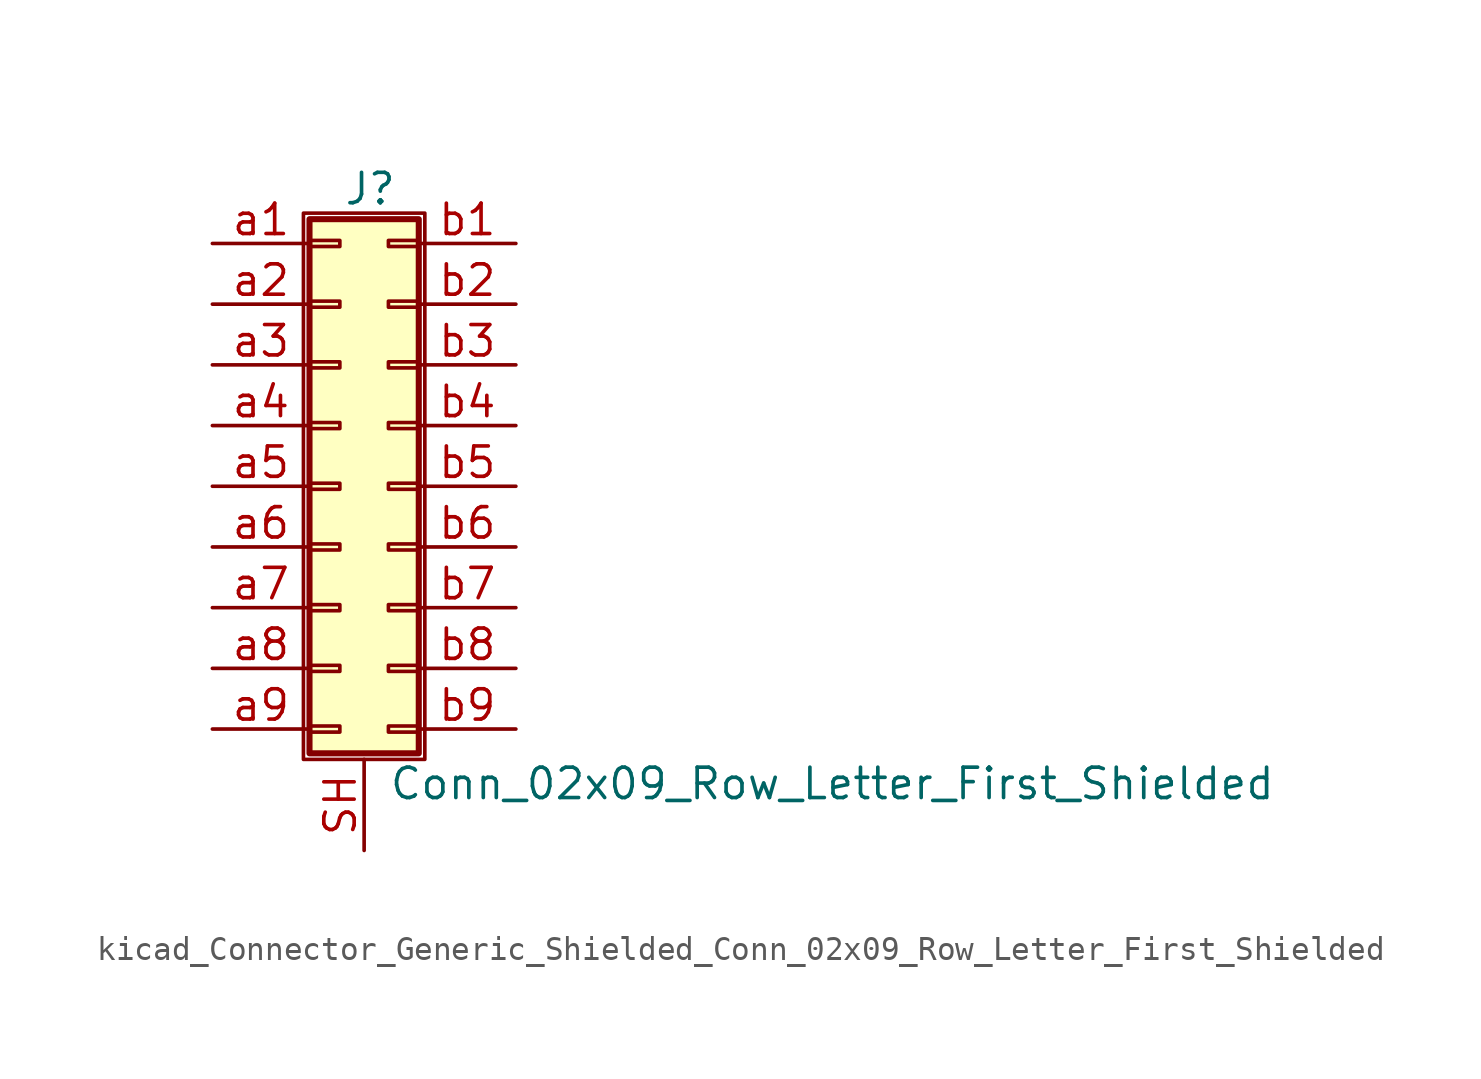
<source format=kicad_sym>
(kicad_symbol_lib
  (version 20220914)
  (generator kicad_symbol_editor)
  (symbol "kicad_Connector_Generic_Shielded_Conn_02x09_Row_Letter_First_Shielded"
    (pin_names
      (offset 1.016) hide)
    (property "Reference" "J"
      (at 1.524 12.446 0)
      (effects (font (size 1.27 1.27))))
    (property "Value" "Conn_02x09_Row_Letter_First_Shielded"
      (at 2.286 -12.446 0)
      (effects (font (size 1.27 1.27)) (justify left)))
    (symbol "kicad_Connector_Generic_Shielded_Conn_02x09_Row_Letter_First_Shielded_1_1"
      (rectangle (start -1.27 11.43) (end 3.81 -11.43) (stroke (width 0.152) (type default)) (fill (type none)))
      (rectangle (start -1.016 -10.033) (end 0.254 -10.287) (stroke (width 0.152) (type default)) (fill (type none)))
      (rectangle (start -1.016 -7.493) (end 0.254 -7.747) (stroke (width 0.152) (type default)) (fill (type none)))
      (rectangle (start -1.016 -4.953) (end 0.254 -5.207) (stroke (width 0.152) (type default)) (fill (type none)))
      (rectangle (start -1.016 -2.413) (end 0.254 -2.667) (stroke (width 0.152) (type default)) (fill (type none)))
      (rectangle (start -1.016 0.127) (end 0.254 -0.127) (stroke (width 0.152) (type default)) (fill (type none)))
      (rectangle (start -1.016 2.667) (end 0.254 2.413) (stroke (width 0.152) (type default)) (fill (type none)))
      (rectangle (start -1.016 5.207) (end 0.254 4.953) (stroke (width 0.152) (type default)) (fill (type none)))
      (rectangle (start -1.016 7.747) (end 0.254 7.493) (stroke (width 0.152) (type default)) (fill (type none)))
      (rectangle (start -1.016 10.287) (end 0.254 10.033) (stroke (width 0.152) (type default)) (fill (type none)))
      (rectangle (start -1.016 11.176) (end 3.556 -11.176) (stroke (width 0.254) (type default)) (fill (type background)))
      (rectangle (start 3.556 -10.033) (end 2.286 -10.287) (stroke (width 0.152) (type default)) (fill (type none)))
      (rectangle (start 3.556 -7.493) (end 2.286 -7.747) (stroke (width 0.152) (type default)) (fill (type none)))
      (rectangle (start 3.556 -4.953) (end 2.286 -5.207) (stroke (width 0.152) (type default)) (fill (type none)))
      (rectangle (start 3.556 -2.413) (end 2.286 -2.667) (stroke (width 0.152) (type default)) (fill (type none)))
      (rectangle (start 3.556 0.127) (end 2.286 -0.127) (stroke (width 0.152) (type default)) (fill (type none)))
      (rectangle (start 3.556 2.667) (end 2.286 2.413) (stroke (width 0.152) (type default)) (fill (type none)))
      (rectangle (start 3.556 5.207) (end 2.286 4.953) (stroke (width 0.152) (type default)) (fill (type none)))
      (rectangle (start 3.556 7.747) (end 2.286 7.493) (stroke (width 0.152) (type default)) (fill (type none)))
      (rectangle (start 3.556 10.287) (end 2.286 10.033) (stroke (width 0.152) (type default)) (fill (type none)))
      (pin passive line (at 1.27 -15.24 90) (length 3.81) (name "Shield" (effects (font (size 1.27 1.27)))) (number "SH" (effects (font (size 1.27 1.27)))))
      (pin passive line (at -5.08 10.16 0) (length 4.064) (name "Pin_a1" (effects (font (size 1.27 1.27)))) (number "a1" (effects (font (size 1.27 1.27)))))
      (pin passive line (at -5.08 7.62 0) (length 4.064) (name "Pin_a2" (effects (font (size 1.27 1.27)))) (number "a2" (effects (font (size 1.27 1.27)))))
      (pin passive line (at -5.08 5.08 0) (length 4.064) (name "Pin_a3" (effects (font (size 1.27 1.27)))) (number "a3" (effects (font (size 1.27 1.27)))))
      (pin passive line (at -5.08 2.54 0) (length 4.064) (name "Pin_a4" (effects (font (size 1.27 1.27)))) (number "a4" (effects (font (size 1.27 1.27)))))
      (pin passive line (at -5.08 0 0) (length 4.064) (name "Pin_a5" (effects (font (size 1.27 1.27)))) (number "a5" (effects (font (size 1.27 1.27)))))
      (pin passive line (at -5.08 -2.54 0) (length 4.064) (name "Pin_a6" (effects (font (size 1.27 1.27)))) (number "a6" (effects (font (size 1.27 1.27)))))
      (pin passive line (at -5.08 -5.08 0) (length 4.064) (name "Pin_a7" (effects (font (size 1.27 1.27)))) (number "a7" (effects (font (size 1.27 1.27)))))
      (pin passive line (at -5.08 -7.62 0) (length 4.064) (name "Pin_a8" (effects (font (size 1.27 1.27)))) (number "a8" (effects (font (size 1.27 1.27)))))
      (pin passive line (at -5.08 -10.16 0) (length 4.064) (name "Pin_a9" (effects (font (size 1.27 1.27)))) (number "a9" (effects (font (size 1.27 1.27)))))
      (pin passive line (at 7.62 10.16 180) (length 4.064) (name "Pin_b1" (effects (font (size 1.27 1.27)))) (number "b1" (effects (font (size 1.27 1.27)))))
      (pin passive line (at 7.62 7.62 180) (length 4.064) (name "Pin_b2" (effects (font (size 1.27 1.27)))) (number "b2" (effects (font (size 1.27 1.27)))))
      (pin passive line (at 7.62 5.08 180) (length 4.064) (name "Pin_b3" (effects (font (size 1.27 1.27)))) (number "b3" (effects (font (size 1.27 1.27)))))
      (pin passive line (at 7.62 2.54 180) (length 4.064) (name "Pin_b4" (effects (font (size 1.27 1.27)))) (number "b4" (effects (font (size 1.27 1.27)))))
      (pin passive line (at 7.62 0 180) (length 4.064) (name "Pin_b5" (effects (font (size 1.27 1.27)))) (number "b5" (effects (font (size 1.27 1.27)))))
      (pin passive line (at 7.62 -2.54 180) (length 4.064) (name "Pin_b6" (effects (font (size 1.27 1.27)))) (number "b6" (effects (font (size 1.27 1.27)))))
      (pin passive line (at 7.62 -5.08 180) (length 4.064) (name "Pin_b7" (effects (font (size 1.27 1.27)))) (number "b7" (effects (font (size 1.27 1.27)))))
      (pin passive line (at 7.62 -7.62 180) (length 4.064) (name "Pin_b8" (effects (font (size 1.27 1.27)))) (number "b8" (effects (font (size 1.27 1.27)))))
      (pin passive line (at 7.62 -10.16 180) (length 4.064) (name "Pin_b9" (effects (font (size 1.27 1.27)))) (number "b9" (effects (font (size 1.27 1.27))))))))
</source>
